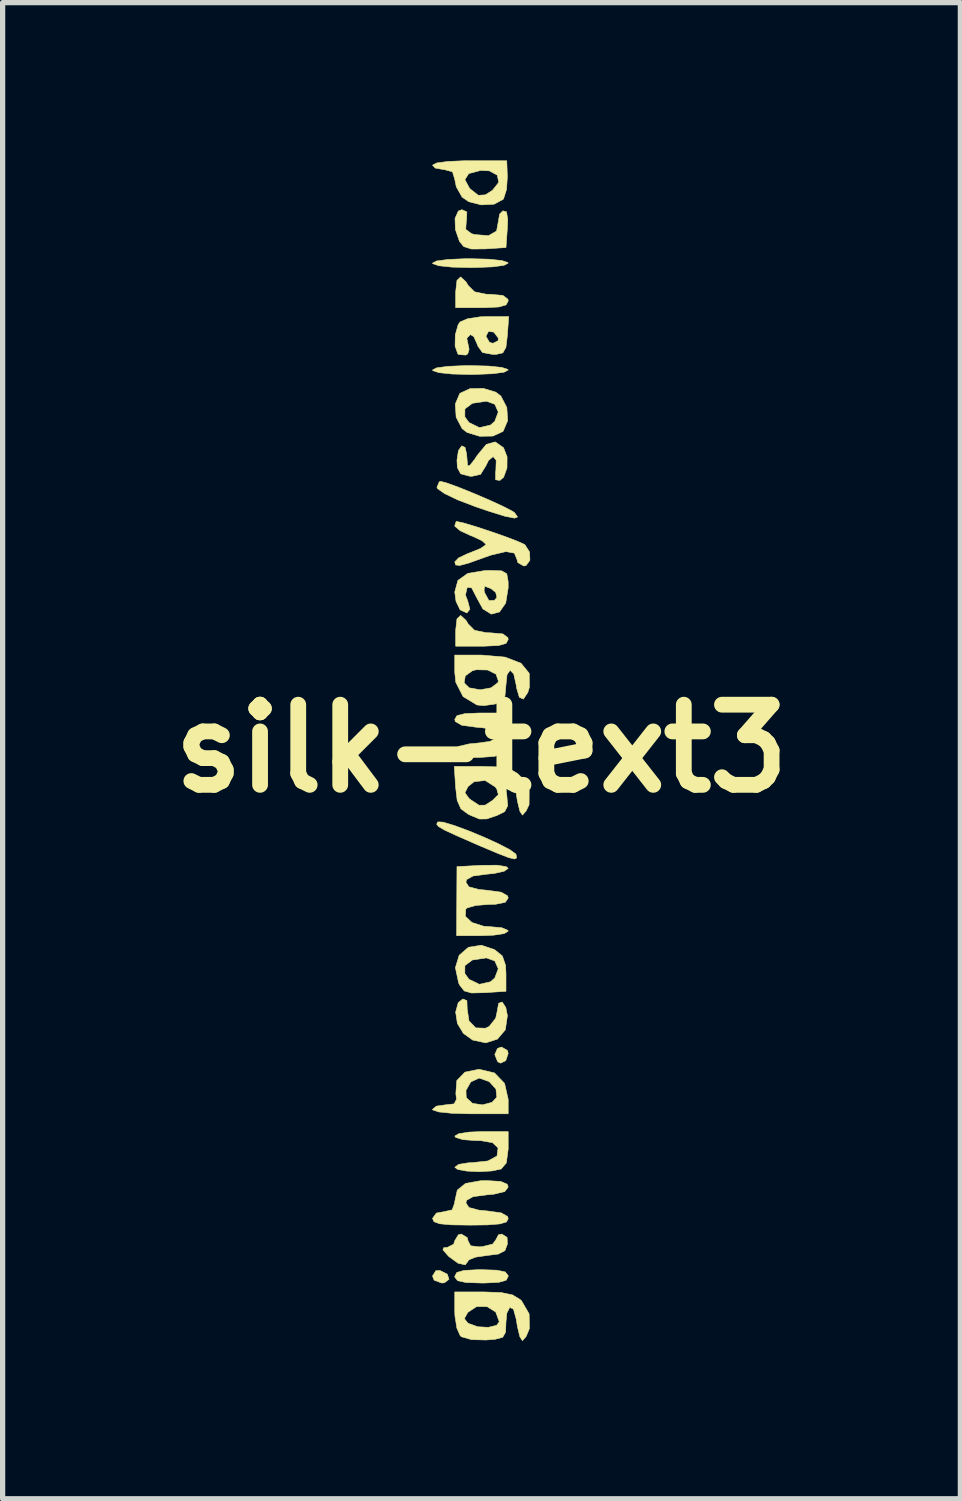
<source format=kicad_pcb>
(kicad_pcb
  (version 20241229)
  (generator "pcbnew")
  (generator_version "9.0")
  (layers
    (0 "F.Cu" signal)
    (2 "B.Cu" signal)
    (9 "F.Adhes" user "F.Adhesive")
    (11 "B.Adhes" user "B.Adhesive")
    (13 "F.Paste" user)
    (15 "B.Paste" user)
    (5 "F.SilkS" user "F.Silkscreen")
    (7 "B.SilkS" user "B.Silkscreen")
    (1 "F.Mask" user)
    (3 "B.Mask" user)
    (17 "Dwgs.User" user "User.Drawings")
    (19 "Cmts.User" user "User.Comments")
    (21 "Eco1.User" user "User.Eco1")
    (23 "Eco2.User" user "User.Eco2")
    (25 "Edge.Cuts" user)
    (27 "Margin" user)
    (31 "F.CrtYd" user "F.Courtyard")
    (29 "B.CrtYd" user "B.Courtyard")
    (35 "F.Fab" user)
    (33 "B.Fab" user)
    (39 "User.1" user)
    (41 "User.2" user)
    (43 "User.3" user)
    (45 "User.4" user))
  (footprint "silk-text3"
    (layer "F.Cu")
    (at 6.103 11.181)
    (property "Reference" "silk-text3" (at 0 0 0) (layer "F.SilkS") (effects (font (size 1.524 1.524) (thickness 0.3))))
    (attr through_hole)
    (fp_poly (pts (xy -0.649 9.992) (xy -0.618 10.089) (xy -0.704 10.155) (xy -0.755 10.16) (xy -0.9 10.106) (xy -0.931 10.027) (xy -0.868 9.925) (xy -0.79 9.921) (xy -0.649 9.992)) (stroke (width 0.01) (type solid)) (fill yes) (layer "F.SilkS"))
    (fp_poly (pts (xy 0.493 5.738) (xy 0.508 5.795) (xy 0.461 5.933) (xy 0.361 5.98) (xy 0.308 5.953) (xy 0.253 5.818) (xy 0.304 5.7) (xy 0.381 5.673) (xy 0.493 5.738)) (stroke (width 0.01) (type solid)) (fill yes) (layer "F.SilkS"))
    (fp_poly (pts (xy -0.293 -8.872) (xy -0.254 -8.805) (xy -0.132 -8.684) (xy 0.089 -8.638) (xy 0.172 -8.636) (xy 0.407 -8.615) (xy 0.502 -8.544) (xy 0.508 -8.509) (xy 0.468 -8.435) (xy 0.329 -8.395) (xy 0.057 -8.382) (xy 0.008 -8.382) (xy -0.491 -8.382) (xy -0.491 -8.678) (xy -0.466 -8.9) (xy -0.396 -8.967) (xy -0.293 -8.872)) (stroke (width 0.01) (type solid)) (fill yes) (layer "F.SilkS"))
    (fp_poly (pts (xy -0.293 -2.437) (xy -0.254 -2.371) (xy -0.132 -2.249) (xy 0.089 -2.203) (xy 0.172 -2.201) (xy 0.407 -2.18) (xy 0.502 -2.109) (xy 0.508 -2.074) (xy 0.468 -2) (xy 0.329 -1.96) (xy 0.057 -1.947) (xy 0.008 -1.947) (xy -0.491 -1.947) (xy -0.491 -2.244) (xy -0.466 -2.466) (xy -0.396 -2.532) (xy -0.293 -2.437)) (stroke (width 0.01) (type solid)) (fill yes) (layer "F.SilkS"))
    (fp_poly (pts (xy 0.139 -9.304) (xy 0.387 -9.278) (xy 0.503 -9.24) (xy 0.508 -9.229) (xy 0.428 -9.187) (xy 0.21 -9.158) (xy -0.119 -9.145) (xy -0.212 -9.144) (xy -0.562 -9.153) (xy -0.81 -9.179) (xy -0.926 -9.218) (xy -0.931 -9.229) (xy -0.852 -9.27) (xy -0.633 -9.299) (xy -0.304 -9.313) (xy -0.212 -9.313) (xy 0.139 -9.304)) (stroke (width 0.01) (type solid)) (fill yes) (layer "F.SilkS"))
    (fp_poly (pts (xy 0.139 -7.272) (xy 0.387 -7.246) (xy 0.503 -7.208) (xy 0.508 -7.197) (xy 0.428 -7.155) (xy 0.21 -7.126) (xy -0.119 -7.113) (xy -0.212 -7.112) (xy -0.562 -7.121) (xy -0.81 -7.147) (xy -0.926 -7.186) (xy -0.931 -7.197) (xy -0.852 -7.238) (xy -0.633 -7.267) (xy -0.304 -7.281) (xy -0.212 -7.281) (xy 0.139 -7.272)) (stroke (width 0.01) (type solid)) (fill yes) (layer "F.SilkS"))
    (fp_poly (pts (xy 0.295 9.916) (xy 0.453 9.95) (xy 0.507 10.018) (xy 0.508 10.033) (xy 0.469 10.107) (xy 0.331 10.146) (xy 0.061 10.16) (xy 0 10.16) (xy -0.295 10.15) (xy -0.453 10.116) (xy -0.507 10.048) (xy -0.508 10.033) (xy -0.469 9.959) (xy -0.331 9.92) (xy -0.061 9.906) (xy 0 9.906) (xy 0.295 9.916)) (stroke (width 0.01) (type solid)) (fill yes) (layer "F.SilkS"))
    (fp_poly (pts (xy -0.651 -5.047) (xy -0.422 -4.963) (xy -0.136 -4.847) (xy 0.16 -4.72) (xy 0.418 -4.601) (xy 0.59 -4.512) (xy 0.629 -4.485) (xy 0.686 -4.403) (xy 0.628 -4.381) (xy 0.443 -4.418) (xy 0.12 -4.519) (xy -0.106 -4.596) (xy -0.452 -4.728) (xy -0.704 -4.849) (xy -0.835 -4.942) (xy -0.847 -4.967) (xy -0.803 -5.071) (xy -0.774 -5.08) (xy -0.651 -5.047)) (stroke (width 0.01) (type solid)) (fill yes) (layer "F.SilkS"))
    (fp_poly (pts (xy -0.73 1.398) (xy -0.523 1.46) (xy -0.249 1.561) (xy 0.048 1.684) (xy 0.326 1.811) (xy 0.541 1.923) (xy 0.652 2.004) (xy 0.657 2.013) (xy 0.668 2.077) (xy 0.631 2.099) (xy 0.519 2.073) (xy 0.309 1.992) (xy -0.025 1.851) (xy -0.124 1.808) (xy -0.477 1.653) (xy -0.7 1.55) (xy -0.816 1.482) (xy -0.852 1.436) (xy -0.832 1.397) (xy -0.829 1.393) (xy -0.73 1.398)) (stroke (width 0.01) (type solid)) (fill yes) (layer "F.SilkS"))
    (fp_poly (pts (xy -0.277 4.79) (xy -0.271 4.954) (xy -0.237 5.177) (xy -0.108 5.309) (xy 0.076 5.316) (xy 0.148 5.281) (xy 0.271 5.125) (xy 0.296 5.008) (xy 0.326 4.842) (xy 0.393 4.817) (xy 0.462 4.921) (xy 0.493 5.076) (xy 0.454 5.345) (xy 0.303 5.523) (xy 0.082 5.594) (xy -0.167 5.541) (xy -0.344 5.414) (xy -0.458 5.225) (xy -0.491 5.009) (xy -0.442 4.83) (xy -0.355 4.76) (xy -0.277 4.79)) (stroke (width 0.01) (type solid)) (fill yes) (layer "F.SilkS"))
    (fp_poly (pts (xy -0.278 -10.203) (xy -0.284 -10.053) (xy -0.288 -10.035) (xy -0.299 -9.871) (xy -0.19 -9.789) (xy -0.128 -9.772) (xy 0.134 -9.751) (xy 0.287 -9.839) (xy 0.317 -10) (xy 0.345 -10.162) (xy 0.407 -10.223) (xy 0.476 -10.204) (xy 0.499 -10.062) (xy 0.492 -9.894) (xy 0.466 -9.525) (xy 0.069 -9.499) (xy -0.19 -9.497) (xy -0.337 -9.543) (xy -0.418 -9.642) (xy -0.496 -9.868) (xy -0.503 -10.078) (xy -0.441 -10.218) (xy -0.372 -10.245) (xy -0.278 -10.203)) (stroke (width 0.01) (type solid)) (fill yes) (layer "F.SilkS"))
    (fp_poly (pts (xy 0.508 7.611) (xy 0.473 7.876) (xy 0.374 7.992) (xy 0.193 8.03) (xy -0.044 8.043) (xy -0.278 8.032) (xy -0.451 8.001) (xy -0.508 7.959) (xy -0.433 7.904) (xy -0.248 7.874) (xy -0.191 7.873) (xy 0.123 7.839) (xy 0.295 7.745) (xy 0.315 7.596) (xy 0.311 7.586) (xy 0.211 7.492) (xy -0.016 7.453) (xy -0.124 7.451) (xy -0.352 7.434) (xy -0.49 7.392) (xy -0.508 7.366) (xy -0.431 7.321) (xy -0.229 7.29) (xy 0 7.281) (xy 0.508 7.281) (xy 0.508 7.611)) (stroke (width 0.01) (type solid)) (fill yes) (layer "F.SilkS"))
    (fp_poly (pts (xy 0.508 -0.305) (xy 0.491 -0.063) (xy 0.416 0.079) (xy 0.251 0.148) (xy -0.041 0.169) (xy -0.134 0.169) (xy -0.386 0.151) (xy -0.497 0.09) (xy -0.508 0.047) (xy -0.443 -0.039) (xy -0.237 -0.089) (xy -0.106 -0.101) (xy 0.16 -0.136) (xy 0.282 -0.204) (xy 0.296 -0.254) (xy 0.239 -0.342) (xy 0.05 -0.392) (xy -0.106 -0.407) (xy -0.376 -0.444) (xy -0.497 -0.514) (xy -0.508 -0.555) (xy -0.465 -0.627) (xy -0.314 -0.665) (xy -0.028 -0.677) (xy 0 -0.677) (xy 0.508 -0.677) (xy 0.508 -0.305)) (stroke (width 0.01) (type solid)) (fill yes) (layer "F.SilkS"))
    (fp_poly (pts (xy 0.248 3.821) (xy 0.397 3.942) (xy 0.458 4.119) (xy 0.466 4.279) (xy 0.466 4.614) (xy 0.064 4.64) (xy -0.188 4.646) (xy -0.327 4.607) (xy -0.411 4.502) (xy -0.434 4.456) (xy -0.472 4.277) (xy -0.316 4.277) (xy -0.237 4.386) (xy -0.039 4.481) (xy 0.171 4.433) (xy 0.253 4.361) (xy 0.319 4.186) (xy 0.254 4.038) (xy 0.094 3.979) (xy -0.173 4.019) (xy -0.315 4.125) (xy -0.316 4.277) (xy -0.472 4.277) (xy -0.496 4.165) (xy -0.424 3.929) (xy -0.248 3.777) (xy -0.002 3.738) (xy 0.248 3.821)) (stroke (width 0.01) (type solid)) (fill yes) (layer "F.SilkS"))
    (fp_poly (pts (xy 0.272 -6.776) (xy 0.368 -6.703) (xy 0.482 -6.484) (xy 0.498 -6.235) (xy 0.413 -6.035) (xy 0.406 -6.028) (xy 0.218 -5.941) (xy -0.035 -5.937) (xy -0.272 -6.009) (xy -0.368 -6.082) (xy -0.482 -6.301) (xy -0.482 -6.307) (xy -0.316 -6.307) (xy -0.237 -6.198) (xy -0.039 -6.102) (xy 0.171 -6.15) (xy 0.253 -6.222) (xy 0.319 -6.398) (xy 0.254 -6.546) (xy 0.094 -6.604) (xy -0.173 -6.564) (xy -0.315 -6.458) (xy -0.316 -6.307) (xy -0.482 -6.307) (xy -0.498 -6.55) (xy -0.413 -6.75) (xy -0.406 -6.756) (xy -0.218 -6.843) (xy 0.035 -6.848) (xy 0.272 -6.776)) (stroke (width 0.01) (type solid)) (fill yes) (layer "F.SilkS"))
    (fp_poly (pts (xy 0.419 -5.72) (xy 0.487 -5.547) (xy 0.485 -5.334) (xy 0.421 -5.158) (xy 0.348 -5.097) (xy 0.268 -5.111) (xy 0.268 -5.253) (xy 0.273 -5.283) (xy 0.28 -5.481) (xy 0.222 -5.551) (xy 0.133 -5.477) (xy 0.084 -5.376) (xy -0.017 -5.213) (xy -0.183 -5.176) (xy -0.233 -5.18) (xy -0.395 -5.224) (xy -0.458 -5.34) (xy -0.466 -5.482) (xy -0.438 -5.666) (xy -0.375 -5.755) (xy -0.312 -5.726) (xy -0.284 -5.608) (xy -0.268 -5.432) (xy -0.263 -5.376) (xy -0.219 -5.385) (xy -0.123 -5.508) (xy -0.086 -5.567) (xy 0.092 -5.783) (xy 0.261 -5.831) (xy 0.419 -5.72)) (stroke (width 0.01) (type solid)) (fill yes) (layer "F.SilkS"))
    (fp_poly (pts (xy 0.487 9.292) (xy 0.493 9.419) (xy 0.446 9.544) (xy 0.32 9.609) (xy 0.106 9.636) (xy -0.114 9.668) (xy -0.241 9.72) (xy -0.254 9.742) (xy -0.309 9.814) (xy -0.444 9.784) (xy -0.612 9.663) (xy -0.629 9.647) (xy -0.733 9.529) (xy -0.716 9.487) (xy -0.65 9.483) (xy -0.528 9.421) (xy -0.508 9.356) (xy -0.44 9.243) (xy -0.381 9.229) (xy -0.27 9.297) (xy -0.254 9.361) (xy -0.206 9.452) (xy -0.04 9.472) (xy 0.021 9.467) (xy 0.213 9.419) (xy 0.275 9.336) (xy 0.275 9.335) (xy 0.323 9.243) (xy 0.387 9.229) (xy 0.487 9.292)) (stroke (width 0.01) (type solid)) (fill yes) (layer "F.SilkS"))
    (fp_poly (pts (xy 0.248 6.166) (xy 0.439 6.364) (xy 0.508 6.669) (xy 0.508 6.674) (xy 0.508 6.943) (xy -0.212 6.943) (xy -0.562 6.933) (xy -0.81 6.908) (xy -0.926 6.869) (xy -0.931 6.858) (xy -0.858 6.797) (xy -0.689 6.773) (xy -0.52 6.754) (xy -0.474 6.666) (xy -0.487 6.561) (xy -0.483 6.498) (xy -0.295 6.498) (xy -0.289 6.636) (xy -0.17 6.744) (xy 0.019 6.773) (xy 0.202 6.724) (xy 0.292 6.627) (xy 0.275 6.471) (xy 0.147 6.331) (xy -0.036 6.266) (xy -0.048 6.265) (xy -0.203 6.337) (xy -0.295 6.498) (xy -0.483 6.498) (xy -0.469 6.311) (xy -0.314 6.151) (xy -0.045 6.096) (xy 0.248 6.166)) (stroke (width 0.01) (type solid)) (fill yes) (layer "F.SilkS"))
    (fp_poly (pts (xy 0.365 8.228) (xy 0.489 8.281) (xy 0.508 8.335) (xy 0.443 8.421) (xy 0.237 8.471) (xy 0.106 8.483) (xy -0.16 8.518) (xy -0.282 8.586) (xy -0.296 8.636) (xy -0.239 8.724) (xy -0.05 8.774) (xy 0.106 8.789) (xy 0.376 8.826) (xy 0.497 8.896) (xy 0.508 8.937) (xy 0.474 8.999) (xy 0.351 9.036) (xy 0.113 9.055) (xy -0.212 9.059) (xy -0.571 9.054) (xy -0.792 9.034) (xy -0.902 8.995) (xy -0.931 8.932) (xy -0.858 8.83) (xy -0.72 8.805) (xy -0.557 8.769) (xy -0.508 8.632) (xy -0.508 8.611) (xy -0.46 8.394) (xy -0.303 8.266) (xy -0.014 8.215) (xy 0.102 8.213) (xy 0.365 8.228)) (stroke (width 0.01) (type solid)) (fill yes) (layer "F.SilkS"))
    (fp_poly (pts (xy 0.47 2.244) (xy 0.508 2.277) (xy 0.432 2.331) (xy 0.239 2.374) (xy 0.106 2.387) (xy -0.16 2.422) (xy -0.282 2.49) (xy -0.296 2.54) (xy -0.239 2.628) (xy -0.05 2.678) (xy 0.106 2.693) (xy 0.376 2.73) (xy 0.497 2.8) (xy 0.508 2.841) (xy 0.452 2.923) (xy 0.266 2.96) (xy 0.132 2.963) (xy -0.108 2.982) (xy -0.27 3.028) (xy -0.299 3.052) (xy -0.306 3.189) (xy -0.181 3.306) (xy 0.042 3.377) (xy 0.18 3.387) (xy 0.388 3.406) (xy 0.501 3.454) (xy 0.508 3.471) (xy 0.431 3.517) (xy 0.232 3.547) (xy 0.018 3.556) (xy -0.473 3.556) (xy -0.466 2.244) (xy 0.021 2.218) (xy 0.297 2.217) (xy 0.47 2.244)) (stroke (width 0.01) (type solid)) (fill yes) (layer "F.SilkS"))
    (fp_poly (pts (xy 0.492 -10.865) (xy 0.476 -10.628) (xy 0.421 -10.455) (xy 0.411 -10.441) (xy 0.24 -10.349) (xy -0.003 -10.336) (xy -0.241 -10.396) (xy -0.368 -10.484) (xy -0.479 -10.68) (xy -0.507 -10.816) (xy -0.315 -10.816) (xy -0.228 -10.654) (xy -0.209 -10.635) (xy -0.06 -10.518) (xy 0.074 -10.527) (xy 0.209 -10.613) (xy 0.328 -10.764) (xy 0.301 -10.9) (xy 0.151 -10.983) (xy -0.014 -10.991) (xy -0.242 -10.931) (xy -0.315 -10.816) (xy -0.507 -10.816) (xy -0.508 -10.823) (xy -0.551 -10.965) (xy -0.708 -11.007) (xy -0.72 -11.007) (xy -0.879 -11.036) (xy -0.931 -11.091) (xy -0.852 -11.133) (xy -0.634 -11.162) (xy -0.308 -11.176) (xy -0.225 -11.176) (xy 0.481 -11.176) (xy 0.492 -10.865)) (stroke (width 0.01) (type solid)) (fill yes) (layer "F.SilkS"))
    (fp_poly (pts (xy -0.346 -4.291) (xy -0.113 -4.222) (xy 0.172 -4.128) (xy 0.458 -4.028) (xy 0.691 -3.939) (xy 0.82 -3.879) (xy 0.826 -3.875) (xy 0.915 -3.736) (xy 0.921 -3.58) (xy 0.848 -3.48) (xy 0.804 -3.471) (xy 0.692 -3.535) (xy 0.677 -3.591) (xy 0.626 -3.716) (xy 0.465 -3.745) (xy 0.18 -3.678) (xy 0.042 -3.629) (xy -0.248 -3.525) (xy -0.415 -3.481) (xy -0.491 -3.491) (xy -0.508 -3.549) (xy -0.436 -3.624) (xy -0.258 -3.709) (xy -0.212 -3.725) (xy -0.019 -3.804) (xy 0.081 -3.873) (xy 0.085 -3.884) (xy 0.013 -3.95) (xy -0.163 -4.034) (xy -0.212 -4.052) (xy -0.404 -4.141) (xy -0.504 -4.225) (xy -0.508 -4.239) (xy -0.481 -4.317) (xy -0.475 -4.318) (xy -0.346 -4.291)) (stroke (width 0.01) (type solid)) (fill yes) (layer "F.SilkS"))
    (fp_poly (pts (xy 0.383 -3.379) (xy 0.481 -3.324) (xy 0.507 -3.177) (xy 0.508 -3.058) (xy 0.461 -2.767) (xy 0.343 -2.597) (xy 0.187 -2.556) (xy 0.026 -2.656) (xy -0.099 -2.884) (xy -0.164 -3.012) (xy 0.049 -3.012) (xy 0.061 -2.962) (xy 0.141 -2.815) (xy 0.245 -2.818) (xy 0.294 -2.874) (xy 0.27 -2.971) (xy 0.18 -3.042) (xy 0.062 -3.087) (xy 0.049 -3.012) (xy -0.164 -3.012) (xy -0.186 -3.055) (xy -0.27 -3.066) (xy -0.272 -3.064) (xy -0.304 -2.919) (xy -0.262 -2.808) (xy -0.22 -2.649) (xy -0.277 -2.578) (xy -0.398 -2.634) (xy -0.41 -2.645) (xy -0.484 -2.799) (xy -0.508 -2.977) (xy -0.448 -3.197) (xy -0.26 -3.331) (xy 0.068 -3.385) (xy 0.164 -3.387) (xy 0.383 -3.379)) (stroke (width 0.01) (type solid)) (fill yes) (layer "F.SilkS"))
    (fp_poly (pts (xy 0.492 -7.853) (xy 0.465 -7.627) (xy 0.406 -7.523) (xy 0.279 -7.494) (xy 0.215 -7.493) (xy 0.019 -7.529) (xy -0.073 -7.659) (xy -0.081 -7.688) (xy -0.147 -7.834) (xy -0.156 -7.839) (xy 0.085 -7.839) (xy 0.153 -7.722) (xy 0.219 -7.705) (xy 0.317 -7.754) (xy 0.319 -7.805) (xy 0.235 -7.917) (xy 0.134 -7.931) (xy 0.085 -7.839) (xy -0.156 -7.839) (xy -0.212 -7.871) (xy -0.278 -7.801) (xy -0.275 -7.781) (xy -0.235 -7.591) (xy -0.261 -7.503) (xy -0.302 -7.481) (xy -0.431 -7.491) (xy -0.45 -7.505) (xy -0.502 -7.652) (xy -0.498 -7.866) (xy -0.443 -8.059) (xy -0.406 -8.111) (xy -0.266 -8.171) (xy -0.027 -8.208) (xy 0.106 -8.213) (xy 0.518 -8.213) (xy 0.492 -7.853)) (stroke (width 0.01) (type solid)) (fill yes) (layer "F.SilkS"))
    (fp_poly (pts (xy 0.45 -1.739) (xy 0.752 -1.622) (xy 0.908 -1.431) (xy 0.912 -1.168) (xy 0.88 -1.065) (xy 0.797 -0.941) (xy 0.72 -0.975) (xy 0.667 -1.154) (xy 0.662 -1.2) (xy 0.613 -1.42) (xy 0.544 -1.489) (xy 0.486 -1.406) (xy 0.466 -1.213) (xy 0.446 -0.996) (xy 0.363 -0.888) (xy 0.254 -0.846) (xy 0.043 -0.817) (xy -0.085 -0.829) (xy -0.35 -0.989) (xy -0.483 -1.25) (xy -0.329 -1.25) (xy -0.233 -1.155) (xy -0.024 -1.118) (xy 0.181 -1.155) (xy 0.309 -1.25) (xy 0.322 -1.284) (xy 0.276 -1.415) (xy 0.118 -1.494) (xy -0.097 -1.499) (xy -0.169 -1.482) (xy -0.308 -1.382) (xy -0.329 -1.25) (xy -0.483 -1.25) (xy -0.488 -1.259) (xy -0.508 -1.452) (xy -0.508 -1.778) (xy 0.003 -1.778) (xy 0.45 -1.739)) (stroke (width 0.01) (type solid)) (fill yes) (layer "F.SilkS"))
    (fp_poly (pts (xy 0.375 10.341) (xy 0.589 10.385) (xy 0.735 10.473) (xy 0.762 10.499) (xy 0.906 10.746) (xy 0.912 11.025) (xy 0.85 11.174) (xy 0.779 11.256) (xy 0.733 11.186) (xy 0.728 11.174) (xy 0.684 10.991) (xy 0.66 10.844) (xy 0.608 10.656) (xy 0.538 10.622) (xy 0.482 10.732) (xy 0.466 10.901) (xy 0.458 11.096) (xy 0.403 11.192) (xy 0.256 11.23) (xy 0.084 11.243) (xy -0.19 11.236) (xy -0.377 11.182) (xy -0.403 11.163) (xy -0.468 11.017) (xy -0.496 10.837) (xy -0.326 10.837) (xy -0.257 10.922) (xy -0.249 10.927) (xy -0.071 10.991) (xy 0.13 11.002) (xy 0.287 10.964) (xy 0.339 10.897) (xy 0.271 10.711) (xy 0.107 10.609) (xy -0.093 10.608) (xy -0.259 10.717) (xy -0.326 10.837) (xy -0.496 10.837) (xy -0.505 10.779) (xy -0.508 10.693) (xy -0.508 10.329) (xy 0.042 10.329) (xy 0.375 10.341)) (stroke (width 0.01) (type solid)) (fill yes) (layer "F.SilkS"))
    (fp_poly (pts (xy 0.34 0.349) (xy 0.542 0.389) (xy 0.684 0.473) (xy 0.747 0.535) (xy 0.907 0.799) (xy 0.905 1.067) (xy 0.85 1.183) (xy 0.779 1.265) (xy 0.733 1.196) (xy 0.728 1.183) (xy 0.684 1.001) (xy 0.66 0.853) (xy 0.604 0.683) (xy 0.534 0.615) (xy 0.471 0.646) (xy 0.471 0.815) (xy 0.481 0.881) (xy 0.498 1.089) (xy 0.441 1.199) (xy 0.302 1.268) (xy 0.1 1.337) (xy -0.038 1.339) (xy -0.205 1.27) (xy -0.254 1.246) (xy -0.391 1.145) (xy -0.462 0.984) (xy -0.479 0.84) (xy -0.314 0.84) (xy -0.236 0.948) (xy -0.203 0.974) (xy -0.045 1.077) (xy 0.071 1.075) (xy 0.213 0.983) (xy 0.321 0.874) (xy 0.29 0.765) (xy 0.262 0.729) (xy 0.07 0.606) (xy -0.141 0.63) (xy -0.256 0.722) (xy -0.314 0.84) (xy -0.479 0.84) (xy -0.491 0.739) (xy -0.517 0.339) (xy 0.023 0.339) (xy 0.34 0.349)) (stroke (width 0.01) (type solid)) (fill yes) (layer "F.SilkS")))
  (gr_rect
    (start -3 -3)
    (end 15.207 25.442)
    (stroke (width 0.1) (type default))
    (fill no)
    (layer "Edge.Cuts")))
</source>
